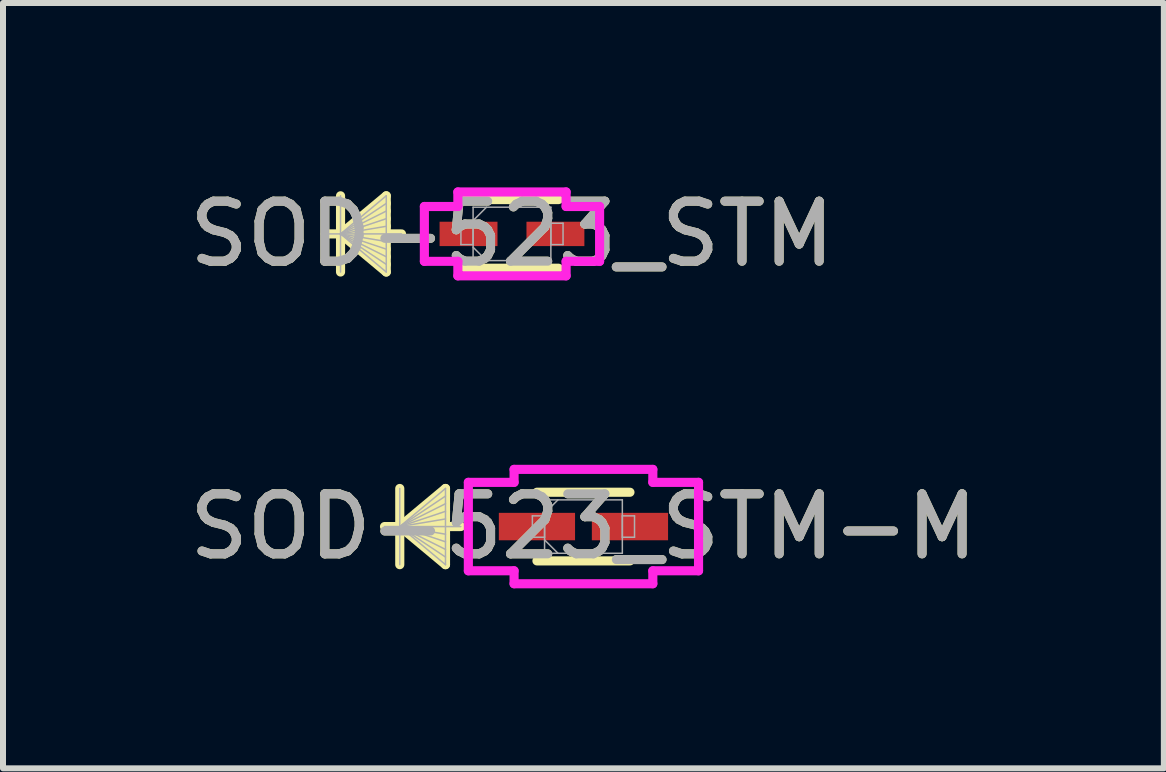
<source format=kicad_pcb>
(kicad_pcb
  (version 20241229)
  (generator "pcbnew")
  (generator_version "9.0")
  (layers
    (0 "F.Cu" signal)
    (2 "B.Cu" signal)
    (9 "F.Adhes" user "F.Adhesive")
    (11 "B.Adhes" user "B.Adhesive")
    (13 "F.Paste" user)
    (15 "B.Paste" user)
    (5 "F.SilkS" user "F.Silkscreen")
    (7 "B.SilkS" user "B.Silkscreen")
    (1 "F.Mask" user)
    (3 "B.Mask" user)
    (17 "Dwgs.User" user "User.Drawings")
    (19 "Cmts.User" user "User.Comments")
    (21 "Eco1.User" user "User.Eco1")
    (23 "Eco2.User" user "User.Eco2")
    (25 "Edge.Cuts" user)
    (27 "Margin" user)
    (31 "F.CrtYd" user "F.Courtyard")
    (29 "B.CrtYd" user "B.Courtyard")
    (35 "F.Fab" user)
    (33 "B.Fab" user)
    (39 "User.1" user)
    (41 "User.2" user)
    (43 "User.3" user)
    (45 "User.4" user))
  (footprint "SOD-523_STM"
    (layer "F.Cu")
    (at 5.482 0.848)
    (property "Reference" "SOD-523_STM" (at 0 0 0) (unlocked yes) (layer "F.SilkS") (effects (font (size 1 1) (thickness 0.15))))
    (attr smd)
    (fp_line (start -2.857 -0.635) (end -2.857 0.635) (stroke (width 0.152) (type solid)) (layer "F.SilkS"))
    (fp_line (start -2.857 0) (end -2.095 -0.635) (stroke (width 0.152) (type solid)) (layer "F.SilkS"))
    (fp_line (start -2.857 0) (end -2.095 -0.508) (stroke (width 0.152) (type solid)) (layer "F.SilkS"))
    (fp_line (start -2.857 0) (end -2.095 -0.381) (stroke (width 0.152) (type solid)) (layer "F.SilkS"))
    (fp_line (start -2.857 0) (end -2.095 -0.254) (stroke (width 0.152) (type solid)) (layer "F.SilkS"))
    (fp_line (start -2.857 0) (end -2.095 -0.127) (stroke (width 0.152) (type solid)) (layer "F.SilkS"))
    (fp_line (start -2.857 0) (end -2.095 0.127) (stroke (width 0.152) (type solid)) (layer "F.SilkS"))
    (fp_line (start -2.857 0) (end -2.095 0.254) (stroke (width 0.152) (type solid)) (layer "F.SilkS"))
    (fp_line (start -2.857 0) (end -2.095 0.381) (stroke (width 0.152) (type solid)) (layer "F.SilkS"))
    (fp_line (start -2.857 0) (end -2.095 0.508) (stroke (width 0.152) (type solid)) (layer "F.SilkS"))
    (fp_line (start -2.857 0) (end -2.095 0.635) (stroke (width 0.152) (type solid)) (layer "F.SilkS"))
    (fp_line (start -2.095 -0.635) (end -2.095 0.635) (stroke (width 0.152) (type solid)) (layer "F.SilkS"))
    (fp_line (start -1.841 0) (end -3.111 0) (stroke (width 0.152) (type solid)) (layer "F.SilkS"))
    (fp_line (start -0.775 0.572) (end 0.775 0.572) (stroke (width 0.152) (type solid)) (layer "F.SilkS"))
    (fp_line (start 0.775 -0.572) (end -0.775 -0.572) (stroke (width 0.152) (type solid)) (layer "F.SilkS"))
    (fp_line (start -1.46 -0.457) (end -0.902 -0.457) (stroke (width 0.152) (type solid)) (layer "F.CrtYd"))
    (fp_line (start -1.46 0.457) (end -1.46 -0.457) (stroke (width 0.152) (type solid)) (layer "F.CrtYd"))
    (fp_line (start -0.902 -0.699) (end 0.902 -0.699) (stroke (width 0.152) (type solid)) (layer "F.CrtYd"))
    (fp_line (start -0.902 -0.457) (end -0.902 -0.699) (stroke (width 0.152) (type solid)) (layer "F.CrtYd"))
    (fp_line (start -0.902 0.457) (end -1.46 0.457) (stroke (width 0.152) (type solid)) (layer "F.CrtYd"))
    (fp_line (start -0.902 0.699) (end -0.902 0.457) (stroke (width 0.152) (type solid)) (layer "F.CrtYd"))
    (fp_line (start 0.902 -0.699) (end 0.902 -0.457) (stroke (width 0.152) (type solid)) (layer "F.CrtYd"))
    (fp_line (start 0.902 -0.457) (end 1.46 -0.457) (stroke (width 0.152) (type solid)) (layer "F.CrtYd"))
    (fp_line (start 0.902 0.457) (end 0.902 0.699) (stroke (width 0.152) (type solid)) (layer "F.CrtYd"))
    (fp_line (start 0.902 0.699) (end -0.902 0.699) (stroke (width 0.152) (type solid)) (layer "F.CrtYd"))
    (fp_line (start 1.46 -0.457) (end 1.46 0.457) (stroke (width 0.152) (type solid)) (layer "F.CrtYd"))
    (fp_line (start 1.46 0.457) (end 0.902 0.457) (stroke (width 0.152) (type solid)) (layer "F.CrtYd"))
    (fp_line (start -2.857 -0.635) (end -2.857 0.635) (stroke (width 0.025) (type solid)) (layer "F.Fab"))
    (fp_line (start -2.857 0) (end -2.095 -0.635) (stroke (width 0.025) (type solid)) (layer "F.Fab"))
    (fp_line (start -2.857 0) (end -2.095 -0.508) (stroke (width 0.025) (type solid)) (layer "F.Fab"))
    (fp_line (start -2.857 0) (end -2.095 -0.381) (stroke (width 0.025) (type solid)) (layer "F.Fab"))
    (fp_line (start -2.857 0) (end -2.095 -0.254) (stroke (width 0.025) (type solid)) (layer "F.Fab"))
    (fp_line (start -2.857 0) (end -2.095 -0.127) (stroke (width 0.025) (type solid)) (layer "F.Fab"))
    (fp_line (start -2.857 0) (end -2.095 0.127) (stroke (width 0.025) (type solid)) (layer "F.Fab"))
    (fp_line (start -2.857 0) (end -2.095 0.254) (stroke (width 0.025) (type solid)) (layer "F.Fab"))
    (fp_line (start -2.857 0) (end -2.095 0.381) (stroke (width 0.025) (type solid)) (layer "F.Fab"))
    (fp_line (start -2.857 0) (end -2.095 0.508) (stroke (width 0.025) (type solid)) (layer "F.Fab"))
    (fp_line (start -2.857 0) (end -2.095 0.635) (stroke (width 0.025) (type solid)) (layer "F.Fab"))
    (fp_line (start -2.095 -0.635) (end -2.095 0.635) (stroke (width 0.025) (type solid)) (layer "F.Fab"))
    (fp_line (start -1.841 0) (end -3.111 0) (stroke (width 0.025) (type solid)) (layer "F.Fab"))
    (fp_line (start -0.851 -0.178) (end -0.851 0.178) (stroke (width 0.025) (type solid)) (layer "F.Fab"))
    (fp_line (start -0.851 0.178) (end -0.648 0.178) (stroke (width 0.025) (type solid)) (layer "F.Fab"))
    (fp_line (start -0.648 -0.445) (end -0.648 0.445) (stroke (width 0.025) (type solid)) (layer "F.Fab"))
    (fp_line (start -0.648 -0.222) (end -0.425 -0.445) (stroke (width 0.025) (type solid)) (layer "F.Fab"))
    (fp_line (start -0.648 -0.178) (end -0.851 -0.178) (stroke (width 0.025) (type solid)) (layer "F.Fab"))
    (fp_line (start -0.648 0.178) (end -0.648 -0.178) (stroke (width 0.025) (type solid)) (layer "F.Fab"))
    (fp_line (start -0.648 0.222) (end -0.425 0.445) (stroke (width 0.025) (type solid)) (layer "F.Fab"))
    (fp_line (start -0.648 0.445) (end 0.648 0.445) (stroke (width 0.025) (type solid)) (layer "F.Fab"))
    (fp_line (start 0.648 -0.445) (end -0.648 -0.445) (stroke (width 0.025) (type solid)) (layer "F.Fab"))
    (fp_line (start 0.648 -0.178) (end 0.648 0.178) (stroke (width 0.025) (type solid)) (layer "F.Fab"))
    (fp_line (start 0.648 0.178) (end 0.851 0.178) (stroke (width 0.025) (type solid)) (layer "F.Fab"))
    (fp_line (start 0.648 0.445) (end 0.648 -0.445) (stroke (width 0.025) (type solid)) (layer "F.Fab"))
    (fp_line (start 0.851 -0.178) (end 0.648 -0.178) (stroke (width 0.025) (type solid)) (layer "F.Fab"))
    (fp_line (start 0.851 0.178) (end 0.851 -0.178) (stroke (width 0.025) (type solid)) (layer "F.Fab"))
    (fp_text user "${REFERENCE}" (at 0 0 0) (unlocked yes) (layer "F.Fab") (effects (font (size 1 1) (thickness 0.15))))
    (pad "1" smd rect (at -0.724 0) (size 0.965 0.406) (layers "F.Cu" "F.Mask" "F.Paste"))
    (pad "2" smd rect (at 0.724 0) (size 0.965 0.406) (layers "F.Cu" "F.Mask" "F.Paste")))
  (footprint "SOD-523_STM-M"
    (layer "F.Cu")
    (at 6.673 5.725)
    (property "Reference" "SOD-523_STM-M" (at 0 0 0) (unlocked yes) (layer "F.SilkS") (effects (font (size 1 1) (thickness 0.15))))
    (attr smd)
    (fp_line (start -3.061 -0.635) (end -3.061 0.635) (stroke (width 0.152) (type solid)) (layer "F.SilkS"))
    (fp_line (start -3.061 0) (end -2.299 -0.635) (stroke (width 0.152) (type solid)) (layer "F.SilkS"))
    (fp_line (start -3.061 0) (end -2.299 -0.508) (stroke (width 0.152) (type solid)) (layer "F.SilkS"))
    (fp_line (start -3.061 0) (end -2.299 -0.381) (stroke (width 0.152) (type solid)) (layer "F.SilkS"))
    (fp_line (start -3.061 0) (end -2.299 -0.254) (stroke (width 0.152) (type solid)) (layer "F.SilkS"))
    (fp_line (start -3.061 0) (end -2.299 -0.127) (stroke (width 0.152) (type solid)) (layer "F.SilkS"))
    (fp_line (start -3.061 0) (end -2.299 0.127) (stroke (width 0.152) (type solid)) (layer "F.SilkS"))
    (fp_line (start -3.061 0) (end -2.299 0.254) (stroke (width 0.152) (type solid)) (layer "F.SilkS"))
    (fp_line (start -3.061 0) (end -2.299 0.381) (stroke (width 0.152) (type solid)) (layer "F.SilkS"))
    (fp_line (start -3.061 0) (end -2.299 0.508) (stroke (width 0.152) (type solid)) (layer "F.SilkS"))
    (fp_line (start -3.061 0) (end -2.299 0.635) (stroke (width 0.152) (type solid)) (layer "F.SilkS"))
    (fp_line (start -2.299 -0.635) (end -2.299 0.635) (stroke (width 0.152) (type solid)) (layer "F.SilkS"))
    (fp_line (start -2.045 0) (end -3.315 0) (stroke (width 0.152) (type solid)) (layer "F.SilkS"))
    (fp_line (start -0.775 0.572) (end 0.775 0.572) (stroke (width 0.152) (type solid)) (layer "F.SilkS"))
    (fp_line (start 0.775 -0.572) (end -0.775 -0.572) (stroke (width 0.152) (type solid)) (layer "F.SilkS"))
    (fp_line (start -1.918 -0.737) (end -1.156 -0.737) (stroke (width 0.152) (type solid)) (layer "F.CrtYd"))
    (fp_line (start -1.918 0.737) (end -1.918 -0.737) (stroke (width 0.152) (type solid)) (layer "F.CrtYd"))
    (fp_line (start -1.156 -0.953) (end 1.156 -0.953) (stroke (width 0.152) (type solid)) (layer "F.CrtYd"))
    (fp_line (start -1.156 -0.737) (end -1.156 -0.953) (stroke (width 0.152) (type solid)) (layer "F.CrtYd"))
    (fp_line (start -1.156 0.737) (end -1.918 0.737) (stroke (width 0.152) (type solid)) (layer "F.CrtYd"))
    (fp_line (start -1.156 0.953) (end -1.156 0.737) (stroke (width 0.152) (type solid)) (layer "F.CrtYd"))
    (fp_line (start 1.156 -0.953) (end 1.156 -0.737) (stroke (width 0.152) (type solid)) (layer "F.CrtYd"))
    (fp_line (start 1.156 -0.737) (end 1.918 -0.737) (stroke (width 0.152) (type solid)) (layer "F.CrtYd"))
    (fp_line (start 1.156 0.737) (end 1.156 0.953) (stroke (width 0.152) (type solid)) (layer "F.CrtYd"))
    (fp_line (start 1.156 0.953) (end -1.156 0.953) (stroke (width 0.152) (type solid)) (layer "F.CrtYd"))
    (fp_line (start 1.918 -0.737) (end 1.918 0.737) (stroke (width 0.152) (type solid)) (layer "F.CrtYd"))
    (fp_line (start 1.918 0.737) (end 1.156 0.737) (stroke (width 0.152) (type solid)) (layer "F.CrtYd"))
    (fp_line (start -3.061 -0.635) (end -3.061 0.635) (stroke (width 0.025) (type solid)) (layer "F.Fab"))
    (fp_line (start -3.061 0) (end -2.299 -0.635) (stroke (width 0.025) (type solid)) (layer "F.Fab"))
    (fp_line (start -3.061 0) (end -2.299 -0.508) (stroke (width 0.025) (type solid)) (layer "F.Fab"))
    (fp_line (start -3.061 0) (end -2.299 -0.381) (stroke (width 0.025) (type solid)) (layer "F.Fab"))
    (fp_line (start -3.061 0) (end -2.299 -0.254) (stroke (width 0.025) (type solid)) (layer "F.Fab"))
    (fp_line (start -3.061 0) (end -2.299 -0.127) (stroke (width 0.025) (type solid)) (layer "F.Fab"))
    (fp_line (start -3.061 0) (end -2.299 0.127) (stroke (width 0.025) (type solid)) (layer "F.Fab"))
    (fp_line (start -3.061 0) (end -2.299 0.254) (stroke (width 0.025) (type solid)) (layer "F.Fab"))
    (fp_line (start -3.061 0) (end -2.299 0.381) (stroke (width 0.025) (type solid)) (layer "F.Fab"))
    (fp_line (start -3.061 0) (end -2.299 0.508) (stroke (width 0.025) (type solid)) (layer "F.Fab"))
    (fp_line (start -3.061 0) (end -2.299 0.635) (stroke (width 0.025) (type solid)) (layer "F.Fab"))
    (fp_line (start -2.299 -0.635) (end -2.299 0.635) (stroke (width 0.025) (type solid)) (layer "F.Fab"))
    (fp_line (start -2.045 0) (end -3.315 0) (stroke (width 0.025) (type solid)) (layer "F.Fab"))
    (fp_line (start -0.851 -0.178) (end -0.851 0.178) (stroke (width 0.025) (type solid)) (layer "F.Fab"))
    (fp_line (start -0.851 0.178) (end -0.648 0.178) (stroke (width 0.025) (type solid)) (layer "F.Fab"))
    (fp_line (start -0.648 -0.445) (end -0.648 0.445) (stroke (width 0.025) (type solid)) (layer "F.Fab"))
    (fp_line (start -0.648 -0.222) (end -0.425 -0.445) (stroke (width 0.025) (type solid)) (layer "F.Fab"))
    (fp_line (start -0.648 -0.178) (end -0.851 -0.178) (stroke (width 0.025) (type solid)) (layer "F.Fab"))
    (fp_line (start -0.648 0.178) (end -0.648 -0.178) (stroke (width 0.025) (type solid)) (layer "F.Fab"))
    (fp_line (start -0.648 0.222) (end -0.425 0.445) (stroke (width 0.025) (type solid)) (layer "F.Fab"))
    (fp_line (start -0.648 0.445) (end 0.648 0.445) (stroke (width 0.025) (type solid)) (layer "F.Fab"))
    (fp_line (start 0.648 -0.445) (end -0.648 -0.445) (stroke (width 0.025) (type solid)) (layer "F.Fab"))
    (fp_line (start 0.648 -0.178) (end 0.648 0.178) (stroke (width 0.025) (type solid)) (layer "F.Fab"))
    (fp_line (start 0.648 0.178) (end 0.851 0.178) (stroke (width 0.025) (type solid)) (layer "F.Fab"))
    (fp_line (start 0.648 0.445) (end 0.648 -0.445) (stroke (width 0.025) (type solid)) (layer "F.Fab"))
    (fp_line (start 0.851 -0.178) (end 0.648 -0.178) (stroke (width 0.025) (type solid)) (layer "F.Fab"))
    (fp_line (start 0.851 0.178) (end 0.851 -0.178) (stroke (width 0.025) (type solid)) (layer "F.Fab"))
    (fp_text user "${REFERENCE}" (at 0 0 0) (unlocked yes) (layer "F.Fab") (effects (font (size 1 1) (thickness 0.15))))
    (pad "1" smd rect (at -0.775 0) (size 1.27 0.457) (layers "F.Cu" "F.Mask" "F.Paste"))
    (pad "2" smd rect (at 0.775 0) (size 1.27 0.457) (layers "F.Cu" "F.Mask" "F.Paste")))
  (gr_rect
    (start -3 -3)
    (end 16.345 9.754)
    (stroke (width 0.1) (type default))
    (fill no)
    (layer "Edge.Cuts")))
</source>
